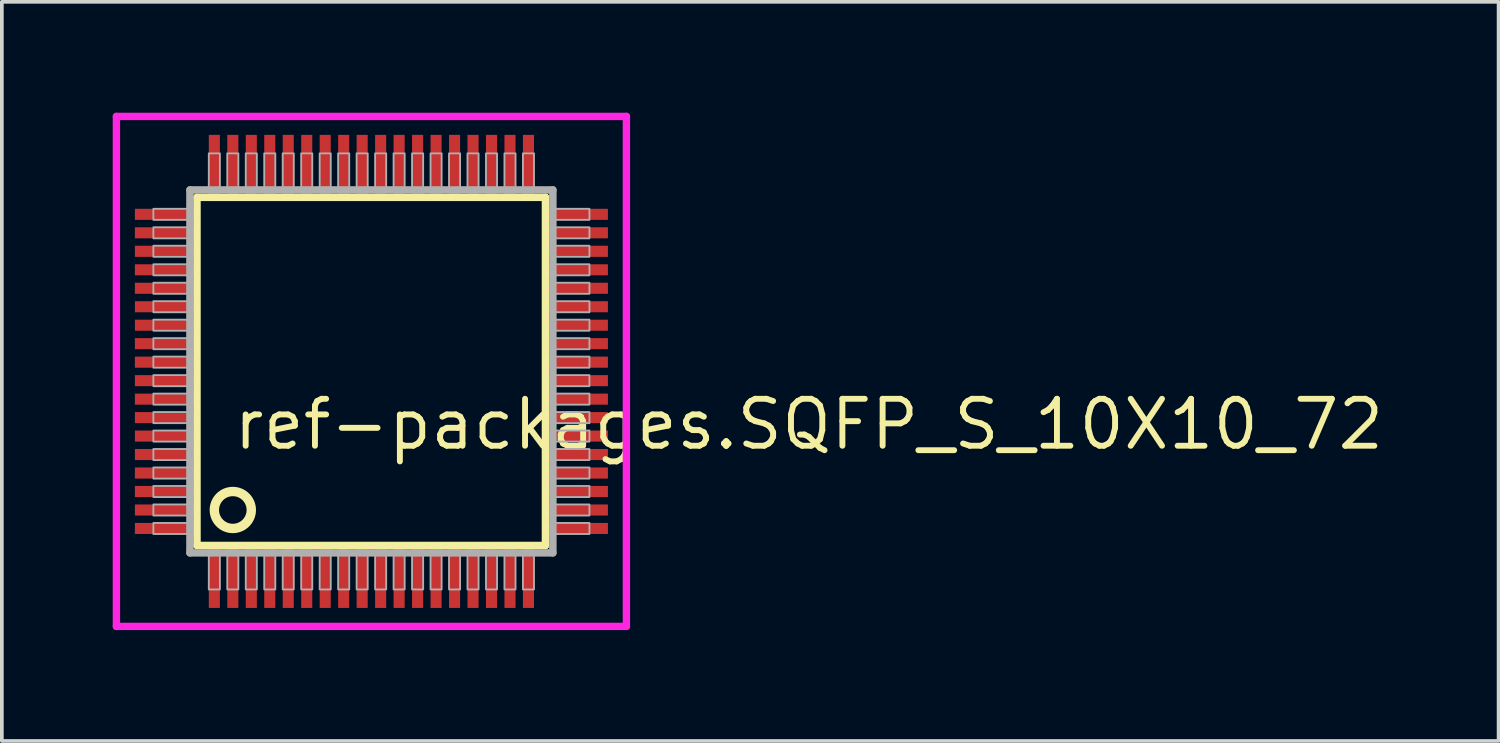
<source format=kicad_pcb>
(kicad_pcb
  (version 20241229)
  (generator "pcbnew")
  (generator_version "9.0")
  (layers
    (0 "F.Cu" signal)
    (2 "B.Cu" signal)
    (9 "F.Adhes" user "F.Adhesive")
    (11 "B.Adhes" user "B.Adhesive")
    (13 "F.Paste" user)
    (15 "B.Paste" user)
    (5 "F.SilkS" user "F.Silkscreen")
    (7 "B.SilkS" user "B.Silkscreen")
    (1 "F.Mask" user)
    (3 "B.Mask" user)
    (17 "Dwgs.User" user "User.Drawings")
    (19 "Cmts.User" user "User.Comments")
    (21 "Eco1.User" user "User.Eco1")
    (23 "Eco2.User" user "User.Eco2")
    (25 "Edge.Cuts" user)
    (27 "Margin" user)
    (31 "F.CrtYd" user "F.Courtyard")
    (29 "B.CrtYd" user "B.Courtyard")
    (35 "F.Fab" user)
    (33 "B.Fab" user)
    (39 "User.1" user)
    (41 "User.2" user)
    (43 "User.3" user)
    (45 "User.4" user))
  (footprint "ref-packages.SQFP_S_10X10_72"
    (layer "F.Cu")
    (at 7 7)
    (property "Reference" "ref-packages.SQFP_S_10X10_72" (at -3.81 2.175 0) (layer "F.SilkS") (effects (font (size 1.27 1.27) (thickness 0.16)) (justify left bottom)))
    (attr smd)
    (fp_line (start -4.72 -4.71) (end 4.71 -4.71) (stroke (width 0.203) (type default)) (layer "F.SilkS"))
    (fp_line (start -4.72 4.71) (end -4.72 -4.71) (stroke (width 0.203) (type default)) (layer "F.SilkS"))
    (fp_line (start 4.71 -4.71) (end 4.71 4.71) (stroke (width 0.203) (type default)) (layer "F.SilkS"))
    (fp_line (start 4.71 4.71) (end -4.72 4.71) (stroke (width 0.203) (type default)) (layer "F.SilkS"))
    (fp_circle (center -3.75 3.75) (end -3.25 3.75) (stroke (width 0.254) (type default)) (fill no) (layer "F.SilkS"))
    (fp_line (start -6.9 -6.9) (end 6.9 -6.9) (stroke (width 0.2) (type default)) (layer "F.CrtYd"))
    (fp_line (start -6.9 6.9) (end -6.9 -6.9) (stroke (width 0.2) (type default)) (layer "F.CrtYd"))
    (fp_line (start 6.9 -6.9) (end 6.9 6.9) (stroke (width 0.2) (type default)) (layer "F.CrtYd"))
    (fp_line (start 6.9 6.9) (end -6.9 6.9) (stroke (width 0.2) (type default)) (layer "F.CrtYd"))
    (fp_line (start -4.91 -4.91) (end -4.91 4.91) (stroke (width 0.203) (type default)) (layer "F.Fab"))
    (fp_line (start -4.91 4.91) (end 4.91 4.91) (stroke (width 0.203) (type default)) (layer "F.Fab"))
    (fp_line (start 4.91 -4.91) (end -4.91 -4.91) (stroke (width 0.203) (type default)) (layer "F.Fab"))
    (fp_line (start 4.91 4.91) (end 4.91 -4.91) (stroke (width 0.203) (type default)) (layer "F.Fab"))
    (fp_rect (start -5.9 -4.1) (end -4.95 -4.4) (stroke (width 0.05) (type default)) (fill no) (layer "F.Fab"))
    (fp_rect (start -5.9 -3.6) (end -4.95 -3.9) (stroke (width 0.05) (type default)) (fill no) (layer "F.Fab"))
    (fp_rect (start -5.9 -3.1) (end -4.95 -3.4) (stroke (width 0.05) (type default)) (fill no) (layer "F.Fab"))
    (fp_rect (start -5.9 -2.6) (end -4.95 -2.9) (stroke (width 0.05) (type default)) (fill no) (layer "F.Fab"))
    (fp_rect (start -5.9 -2.1) (end -4.95 -2.4) (stroke (width 0.05) (type default)) (fill no) (layer "F.Fab"))
    (fp_rect (start -5.9 -1.6) (end -4.95 -1.9) (stroke (width 0.05) (type default)) (fill no) (layer "F.Fab"))
    (fp_rect (start -5.9 -1.1) (end -4.95 -1.4) (stroke (width 0.05) (type default)) (fill no) (layer "F.Fab"))
    (fp_rect (start -5.9 -0.6) (end -4.95 -0.9) (stroke (width 0.05) (type default)) (fill no) (layer "F.Fab"))
    (fp_rect (start -5.9 -0.1) (end -4.95 -0.4) (stroke (width 0.05) (type default)) (fill no) (layer "F.Fab"))
    (fp_rect (start -5.9 0.4) (end -4.95 0.1) (stroke (width 0.05) (type default)) (fill no) (layer "F.Fab"))
    (fp_rect (start -5.9 0.9) (end -4.95 0.6) (stroke (width 0.05) (type default)) (fill no) (layer "F.Fab"))
    (fp_rect (start -5.9 1.4) (end -4.95 1.1) (stroke (width 0.05) (type default)) (fill no) (layer "F.Fab"))
    (fp_rect (start -5.9 1.9) (end -4.95 1.6) (stroke (width 0.05) (type default)) (fill no) (layer "F.Fab"))
    (fp_rect (start -5.9 2.4) (end -4.95 2.1) (stroke (width 0.05) (type default)) (fill no) (layer "F.Fab"))
    (fp_rect (start -5.9 2.9) (end -4.95 2.6) (stroke (width 0.05) (type default)) (fill no) (layer "F.Fab"))
    (fp_rect (start -5.9 3.4) (end -4.95 3.1) (stroke (width 0.05) (type default)) (fill no) (layer "F.Fab"))
    (fp_rect (start -5.9 3.9) (end -4.95 3.6) (stroke (width 0.05) (type default)) (fill no) (layer "F.Fab"))
    (fp_rect (start -5.9 4.4) (end -4.95 4.1) (stroke (width 0.05) (type default)) (fill no) (layer "F.Fab"))
    (fp_rect (start -4.4 -4.95) (end -4.1 -5.9) (stroke (width 0.05) (type default)) (fill no) (layer "F.Fab"))
    (fp_rect (start -4.4 5.9) (end -4.1 4.95) (stroke (width 0.05) (type default)) (fill no) (layer "F.Fab"))
    (fp_rect (start -3.9 -4.95) (end -3.6 -5.9) (stroke (width 0.05) (type default)) (fill no) (layer "F.Fab"))
    (fp_rect (start -3.9 5.9) (end -3.6 4.95) (stroke (width 0.05) (type default)) (fill no) (layer "F.Fab"))
    (fp_rect (start -3.4 -4.95) (end -3.1 -5.9) (stroke (width 0.05) (type default)) (fill no) (layer "F.Fab"))
    (fp_rect (start -3.4 5.9) (end -3.1 4.95) (stroke (width 0.05) (type default)) (fill no) (layer "F.Fab"))
    (fp_rect (start -2.9 -4.95) (end -2.6 -5.9) (stroke (width 0.05) (type default)) (fill no) (layer "F.Fab"))
    (fp_rect (start -2.9 5.9) (end -2.6 4.95) (stroke (width 0.05) (type default)) (fill no) (layer "F.Fab"))
    (fp_rect (start -2.4 -4.95) (end -2.1 -5.9) (stroke (width 0.05) (type default)) (fill no) (layer "F.Fab"))
    (fp_rect (start -2.4 5.9) (end -2.1 4.95) (stroke (width 0.05) (type default)) (fill no) (layer "F.Fab"))
    (fp_rect (start -1.9 -4.95) (end -1.6 -5.9) (stroke (width 0.05) (type default)) (fill no) (layer "F.Fab"))
    (fp_rect (start -1.9 5.9) (end -1.6 4.95) (stroke (width 0.05) (type default)) (fill no) (layer "F.Fab"))
    (fp_rect (start -1.4 -4.95) (end -1.1 -5.9) (stroke (width 0.05) (type default)) (fill no) (layer "F.Fab"))
    (fp_rect (start -1.4 5.9) (end -1.1 4.95) (stroke (width 0.05) (type default)) (fill no) (layer "F.Fab"))
    (fp_rect (start -0.9 -4.95) (end -0.6 -5.9) (stroke (width 0.05) (type default)) (fill no) (layer "F.Fab"))
    (fp_rect (start -0.9 5.9) (end -0.6 4.95) (stroke (width 0.05) (type default)) (fill no) (layer "F.Fab"))
    (fp_rect (start -0.4 -4.95) (end -0.1 -5.9) (stroke (width 0.05) (type default)) (fill no) (layer "F.Fab"))
    (fp_rect (start -0.4 5.9) (end -0.1 4.95) (stroke (width 0.05) (type default)) (fill no) (layer "F.Fab"))
    (fp_rect (start 0.1 -4.95) (end 0.4 -5.9) (stroke (width 0.05) (type default)) (fill no) (layer "F.Fab"))
    (fp_rect (start 0.1 5.9) (end 0.4 4.95) (stroke (width 0.05) (type default)) (fill no) (layer "F.Fab"))
    (fp_rect (start 0.6 -4.95) (end 0.9 -5.9) (stroke (width 0.05) (type default)) (fill no) (layer "F.Fab"))
    (fp_rect (start 0.6 5.9) (end 0.9 4.95) (stroke (width 0.05) (type default)) (fill no) (layer "F.Fab"))
    (fp_rect (start 1.1 -4.95) (end 1.4 -5.9) (stroke (width 0.05) (type default)) (fill no) (layer "F.Fab"))
    (fp_rect (start 1.1 5.9) (end 1.4 4.95) (stroke (width 0.05) (type default)) (fill no) (layer "F.Fab"))
    (fp_rect (start 1.6 -4.95) (end 1.9 -5.9) (stroke (width 0.05) (type default)) (fill no) (layer "F.Fab"))
    (fp_rect (start 1.6 5.9) (end 1.9 4.95) (stroke (width 0.05) (type default)) (fill no) (layer "F.Fab"))
    (fp_rect (start 2.1 -4.95) (end 2.4 -5.9) (stroke (width 0.05) (type default)) (fill no) (layer "F.Fab"))
    (fp_rect (start 2.1 5.9) (end 2.4 4.95) (stroke (width 0.05) (type default)) (fill no) (layer "F.Fab"))
    (fp_rect (start 2.6 -4.95) (end 2.9 -5.9) (stroke (width 0.05) (type default)) (fill no) (layer "F.Fab"))
    (fp_rect (start 2.6 5.9) (end 2.9 4.95) (stroke (width 0.05) (type default)) (fill no) (layer "F.Fab"))
    (fp_rect (start 3.1 -4.95) (end 3.4 -5.9) (stroke (width 0.05) (type default)) (fill no) (layer "F.Fab"))
    (fp_rect (start 3.1 5.9) (end 3.4 4.95) (stroke (width 0.05) (type default)) (fill no) (layer "F.Fab"))
    (fp_rect (start 3.6 -4.95) (end 3.9 -5.9) (stroke (width 0.05) (type default)) (fill no) (layer "F.Fab"))
    (fp_rect (start 3.6 5.9) (end 3.9 4.95) (stroke (width 0.05) (type default)) (fill no) (layer "F.Fab"))
    (fp_rect (start 4.1 -4.95) (end 4.4 -5.9) (stroke (width 0.05) (type default)) (fill no) (layer "F.Fab"))
    (fp_rect (start 4.1 5.9) (end 4.4 4.95) (stroke (width 0.05) (type default)) (fill no) (layer "F.Fab"))
    (fp_rect (start 4.95 -4.1) (end 5.9 -4.4) (stroke (width 0.05) (type default)) (fill no) (layer "F.Fab"))
    (fp_rect (start 4.95 -3.6) (end 5.9 -3.9) (stroke (width 0.05) (type default)) (fill no) (layer "F.Fab"))
    (fp_rect (start 4.95 -3.1) (end 5.9 -3.4) (stroke (width 0.05) (type default)) (fill no) (layer "F.Fab"))
    (fp_rect (start 4.95 -2.6) (end 5.9 -2.9) (stroke (width 0.05) (type default)) (fill no) (layer "F.Fab"))
    (fp_rect (start 4.95 -2.1) (end 5.9 -2.4) (stroke (width 0.05) (type default)) (fill no) (layer "F.Fab"))
    (fp_rect (start 4.95 -1.6) (end 5.9 -1.9) (stroke (width 0.05) (type default)) (fill no) (layer "F.Fab"))
    (fp_rect (start 4.95 -1.1) (end 5.9 -1.4) (stroke (width 0.05) (type default)) (fill no) (layer "F.Fab"))
    (fp_rect (start 4.95 -0.6) (end 5.9 -0.9) (stroke (width 0.05) (type default)) (fill no) (layer "F.Fab"))
    (fp_rect (start 4.95 -0.1) (end 5.9 -0.4) (stroke (width 0.05) (type default)) (fill no) (layer "F.Fab"))
    (fp_rect (start 4.95 0.4) (end 5.9 0.1) (stroke (width 0.05) (type default)) (fill no) (layer "F.Fab"))
    (fp_rect (start 4.95 0.9) (end 5.9 0.6) (stroke (width 0.05) (type default)) (fill no) (layer "F.Fab"))
    (fp_rect (start 4.95 1.4) (end 5.9 1.1) (stroke (width 0.05) (type default)) (fill no) (layer "F.Fab"))
    (fp_rect (start 4.95 1.9) (end 5.9 1.6) (stroke (width 0.05) (type default)) (fill no) (layer "F.Fab"))
    (fp_rect (start 4.95 2.4) (end 5.9 2.1) (stroke (width 0.05) (type default)) (fill no) (layer "F.Fab"))
    (fp_rect (start 4.95 2.9) (end 5.9 2.6) (stroke (width 0.05) (type default)) (fill no) (layer "F.Fab"))
    (fp_rect (start 4.95 3.4) (end 5.9 3.1) (stroke (width 0.05) (type default)) (fill no) (layer "F.Fab"))
    (fp_rect (start 4.95 3.9) (end 5.9 3.6) (stroke (width 0.05) (type default)) (fill no) (layer "F.Fab"))
    (fp_rect (start 4.95 4.4) (end 5.9 4.1) (stroke (width 0.05) (type default)) (fill no) (layer "F.Fab"))
    (pad "1" smd roundrect (at -4.25 5.6) (size 0.3 1.6) (layers "F.Cu" "F.Mask" "F.Paste") (roundrect_rratio 0.01))
    (pad "2" smd roundrect (at -3.75 5.6) (size 0.3 1.6) (layers "F.Cu" "F.Mask" "F.Paste") (roundrect_rratio 0.01))
    (pad "3" smd roundrect (at -3.25 5.6) (size 0.3 1.6) (layers "F.Cu" "F.Mask" "F.Paste") (roundrect_rratio 0.01))
    (pad "4" smd roundrect (at -2.75 5.6) (size 0.3 1.6) (layers "F.Cu" "F.Mask" "F.Paste") (roundrect_rratio 0.01))
    (pad "5" smd roundrect (at -2.25 5.6) (size 0.3 1.6) (layers "F.Cu" "F.Mask" "F.Paste") (roundrect_rratio 0.01))
    (pad "6" smd roundrect (at -1.75 5.6) (size 0.3 1.6) (layers "F.Cu" "F.Mask" "F.Paste") (roundrect_rratio 0.01))
    (pad "7" smd roundrect (at -1.25 5.6) (size 0.3 1.6) (layers "F.Cu" "F.Mask" "F.Paste") (roundrect_rratio 0.01))
    (pad "8" smd roundrect (at -0.75 5.6) (size 0.3 1.6) (layers "F.Cu" "F.Mask" "F.Paste") (roundrect_rratio 0.01))
    (pad "9" smd roundrect (at -0.25 5.6) (size 0.3 1.6) (layers "F.Cu" "F.Mask" "F.Paste") (roundrect_rratio 0.01))
    (pad "10" smd roundrect (at 0.25 5.6) (size 0.3 1.6) (layers "F.Cu" "F.Mask" "F.Paste") (roundrect_rratio 0.01))
    (pad "11" smd roundrect (at 0.75 5.6) (size 0.3 1.6) (layers "F.Cu" "F.Mask" "F.Paste") (roundrect_rratio 0.01))
    (pad "12" smd roundrect (at 1.25 5.6) (size 0.3 1.6) (layers "F.Cu" "F.Mask" "F.Paste") (roundrect_rratio 0.01))
    (pad "13" smd roundrect (at 1.75 5.6) (size 0.3 1.6) (layers "F.Cu" "F.Mask" "F.Paste") (roundrect_rratio 0.01))
    (pad "14" smd roundrect (at 2.25 5.6) (size 0.3 1.6) (layers "F.Cu" "F.Mask" "F.Paste") (roundrect_rratio 0.01))
    (pad "15" smd roundrect (at 2.75 5.6) (size 0.3 1.6) (layers "F.Cu" "F.Mask" "F.Paste") (roundrect_rratio 0.01))
    (pad "16" smd roundrect (at 3.25 5.6) (size 0.3 1.6) (layers "F.Cu" "F.Mask" "F.Paste") (roundrect_rratio 0.01))
    (pad "17" smd roundrect (at 3.75 5.6) (size 0.3 1.6) (layers "F.Cu" "F.Mask" "F.Paste") (roundrect_rratio 0.01))
    (pad "18" smd roundrect (at 4.25 5.6) (size 0.3 1.6) (layers "F.Cu" "F.Mask" "F.Paste") (roundrect_rratio 0.01))
    (pad "19" smd roundrect (at 5.6 4.25) (size 1.6 0.3) (layers "F.Cu" "F.Mask" "F.Paste") (roundrect_rratio 0.01))
    (pad "20" smd roundrect (at 5.6 3.75) (size 1.6 0.3) (layers "F.Cu" "F.Mask" "F.Paste") (roundrect_rratio 0.01))
    (pad "21" smd roundrect (at 5.6 3.25) (size 1.6 0.3) (layers "F.Cu" "F.Mask" "F.Paste") (roundrect_rratio 0.01))
    (pad "22" smd roundrect (at 5.6 2.75) (size 1.6 0.3) (layers "F.Cu" "F.Mask" "F.Paste") (roundrect_rratio 0.01))
    (pad "23" smd roundrect (at 5.6 2.25) (size 1.6 0.3) (layers "F.Cu" "F.Mask" "F.Paste") (roundrect_rratio 0.01))
    (pad "24" smd roundrect (at 5.6 1.75) (size 1.6 0.3) (layers "F.Cu" "F.Mask" "F.Paste") (roundrect_rratio 0.01))
    (pad "25" smd roundrect (at 5.6 1.25) (size 1.6 0.3) (layers "F.Cu" "F.Mask" "F.Paste") (roundrect_rratio 0.01))
    (pad "26" smd roundrect (at 5.6 0.75) (size 1.6 0.3) (layers "F.Cu" "F.Mask" "F.Paste") (roundrect_rratio 0.01))
    (pad "27" smd roundrect (at 5.6 0.25) (size 1.6 0.3) (layers "F.Cu" "F.Mask" "F.Paste") (roundrect_rratio 0.01))
    (pad "28" smd roundrect (at 5.6 -0.25) (size 1.6 0.3) (layers "F.Cu" "F.Mask" "F.Paste") (roundrect_rratio 0.01))
    (pad "29" smd roundrect (at 5.6 -0.75) (size 1.6 0.3) (layers "F.Cu" "F.Mask" "F.Paste") (roundrect_rratio 0.01))
    (pad "30" smd roundrect (at 5.6 -1.25) (size 1.6 0.3) (layers "F.Cu" "F.Mask" "F.Paste") (roundrect_rratio 0.01))
    (pad "31" smd roundrect (at 5.6 -1.75) (size 1.6 0.3) (layers "F.Cu" "F.Mask" "F.Paste") (roundrect_rratio 0.01))
    (pad "32" smd roundrect (at 5.6 -2.25) (size 1.6 0.3) (layers "F.Cu" "F.Mask" "F.Paste") (roundrect_rratio 0.01))
    (pad "33" smd roundrect (at 5.6 -2.75) (size 1.6 0.3) (layers "F.Cu" "F.Mask" "F.Paste") (roundrect_rratio 0.01))
    (pad "34" smd roundrect (at 5.6 -3.25) (size 1.6 0.3) (layers "F.Cu" "F.Mask" "F.Paste") (roundrect_rratio 0.01))
    (pad "35" smd roundrect (at 5.6 -3.75) (size 1.6 0.3) (layers "F.Cu" "F.Mask" "F.Paste") (roundrect_rratio 0.01))
    (pad "36" smd roundrect (at 5.6 -4.25) (size 1.6 0.3) (layers "F.Cu" "F.Mask" "F.Paste") (roundrect_rratio 0.01))
    (pad "37" smd roundrect (at 4.25 -5.6) (size 0.3 1.6) (layers "F.Cu" "F.Mask" "F.Paste") (roundrect_rratio 0.01))
    (pad "38" smd roundrect (at 3.75 -5.6) (size 0.3 1.6) (layers "F.Cu" "F.Mask" "F.Paste") (roundrect_rratio 0.01))
    (pad "39" smd roundrect (at 3.25 -5.6) (size 0.3 1.6) (layers "F.Cu" "F.Mask" "F.Paste") (roundrect_rratio 0.01))
    (pad "40" smd roundrect (at 2.75 -5.6) (size 0.3 1.6) (layers "F.Cu" "F.Mask" "F.Paste") (roundrect_rratio 0.01))
    (pad "41" smd roundrect (at 2.25 -5.6) (size 0.3 1.6) (layers "F.Cu" "F.Mask" "F.Paste") (roundrect_rratio 0.01))
    (pad "42" smd roundrect (at 1.75 -5.6) (size 0.3 1.6) (layers "F.Cu" "F.Mask" "F.Paste") (roundrect_rratio 0.01))
    (pad "43" smd roundrect (at 1.25 -5.6) (size 0.3 1.6) (layers "F.Cu" "F.Mask" "F.Paste") (roundrect_rratio 0.01))
    (pad "44" smd roundrect (at 0.75 -5.6) (size 0.3 1.6) (layers "F.Cu" "F.Mask" "F.Paste") (roundrect_rratio 0.01))
    (pad "45" smd roundrect (at 0.25 -5.6) (size 0.3 1.6) (layers "F.Cu" "F.Mask" "F.Paste") (roundrect_rratio 0.01))
    (pad "46" smd roundrect (at -0.25 -5.6) (size 0.3 1.6) (layers "F.Cu" "F.Mask" "F.Paste") (roundrect_rratio 0.01))
    (pad "47" smd roundrect (at -0.75 -5.6) (size 0.3 1.6) (layers "F.Cu" "F.Mask" "F.Paste") (roundrect_rratio 0.01))
    (pad "48" smd roundrect (at -1.25 -5.6) (size 0.3 1.6) (layers "F.Cu" "F.Mask" "F.Paste") (roundrect_rratio 0.01))
    (pad "49" smd roundrect (at -1.75 -5.6) (size 0.3 1.6) (layers "F.Cu" "F.Mask" "F.Paste") (roundrect_rratio 0.01))
    (pad "50" smd roundrect (at -2.25 -5.6) (size 0.3 1.6) (layers "F.Cu" "F.Mask" "F.Paste") (roundrect_rratio 0.01))
    (pad "51" smd roundrect (at -2.75 -5.6) (size 0.3 1.6) (layers "F.Cu" "F.Mask" "F.Paste") (roundrect_rratio 0.01))
    (pad "52" smd roundrect (at -3.25 -5.6) (size 0.3 1.6) (layers "F.Cu" "F.Mask" "F.Paste") (roundrect_rratio 0.01))
    (pad "53" smd roundrect (at -3.75 -5.6) (size 0.3 1.6) (layers "F.Cu" "F.Mask" "F.Paste") (roundrect_rratio 0.01))
    (pad "54" smd roundrect (at -4.25 -5.6) (size 0.3 1.6) (layers "F.Cu" "F.Mask" "F.Paste") (roundrect_rratio 0.01))
    (pad "55" smd roundrect (at -5.6 -4.25) (size 1.6 0.3) (layers "F.Cu" "F.Mask" "F.Paste") (roundrect_rratio 0.01))
    (pad "56" smd roundrect (at -5.6 -3.75) (size 1.6 0.3) (layers "F.Cu" "F.Mask" "F.Paste") (roundrect_rratio 0.01))
    (pad "57" smd roundrect (at -5.6 -3.25) (size 1.6 0.3) (layers "F.Cu" "F.Mask" "F.Paste") (roundrect_rratio 0.01))
    (pad "58" smd roundrect (at -5.6 -2.75) (size 1.6 0.3) (layers "F.Cu" "F.Mask" "F.Paste") (roundrect_rratio 0.01))
    (pad "59" smd roundrect (at -5.6 -2.25) (size 1.6 0.3) (layers "F.Cu" "F.Mask" "F.Paste") (roundrect_rratio 0.01))
    (pad "60" smd roundrect (at -5.6 -1.75) (size 1.6 0.3) (layers "F.Cu" "F.Mask" "F.Paste") (roundrect_rratio 0.01))
    (pad "61" smd roundrect (at -5.6 -1.25) (size 1.6 0.3) (layers "F.Cu" "F.Mask" "F.Paste") (roundrect_rratio 0.01))
    (pad "62" smd roundrect (at -5.6 -0.75) (size 1.6 0.3) (layers "F.Cu" "F.Mask" "F.Paste") (roundrect_rratio 0.01))
    (pad "63" smd roundrect (at -5.6 -0.25) (size 1.6 0.3) (layers "F.Cu" "F.Mask" "F.Paste") (roundrect_rratio 0.01))
    (pad "64" smd roundrect (at -5.6 0.25) (size 1.6 0.3) (layers "F.Cu" "F.Mask" "F.Paste") (roundrect_rratio 0.01))
    (pad "65" smd roundrect (at -5.6 0.75) (size 1.6 0.3) (layers "F.Cu" "F.Mask" "F.Paste") (roundrect_rratio 0.01))
    (pad "66" smd roundrect (at -5.6 1.25) (size 1.6 0.3) (layers "F.Cu" "F.Mask" "F.Paste") (roundrect_rratio 0.01))
    (pad "67" smd roundrect (at -5.6 1.75) (size 1.6 0.3) (layers "F.Cu" "F.Mask" "F.Paste") (roundrect_rratio 0.01))
    (pad "68" smd roundrect (at -5.6 2.25) (size 1.6 0.3) (layers "F.Cu" "F.Mask" "F.Paste") (roundrect_rratio 0.01))
    (pad "69" smd roundrect (at -5.6 2.75) (size 1.6 0.3) (layers "F.Cu" "F.Mask" "F.Paste") (roundrect_rratio 0.01))
    (pad "70" smd roundrect (at -5.6 3.25) (size 1.6 0.3) (layers "F.Cu" "F.Mask" "F.Paste") (roundrect_rratio 0.01))
    (pad "71" smd roundrect (at -5.6 3.75) (size 1.6 0.3) (layers "F.Cu" "F.Mask" "F.Paste") (roundrect_rratio 0.01))
    (pad "72" smd roundrect (at -5.6 4.25) (size 1.6 0.3) (layers "F.Cu" "F.Mask" "F.Paste") (roundrect_rratio 0.01)))
  (gr_rect
    (start -3 -3)
    (end 37.501 17)
    (stroke (width 0.1) (type default))
    (fill no)
    (layer "Edge.Cuts")))
</source>
